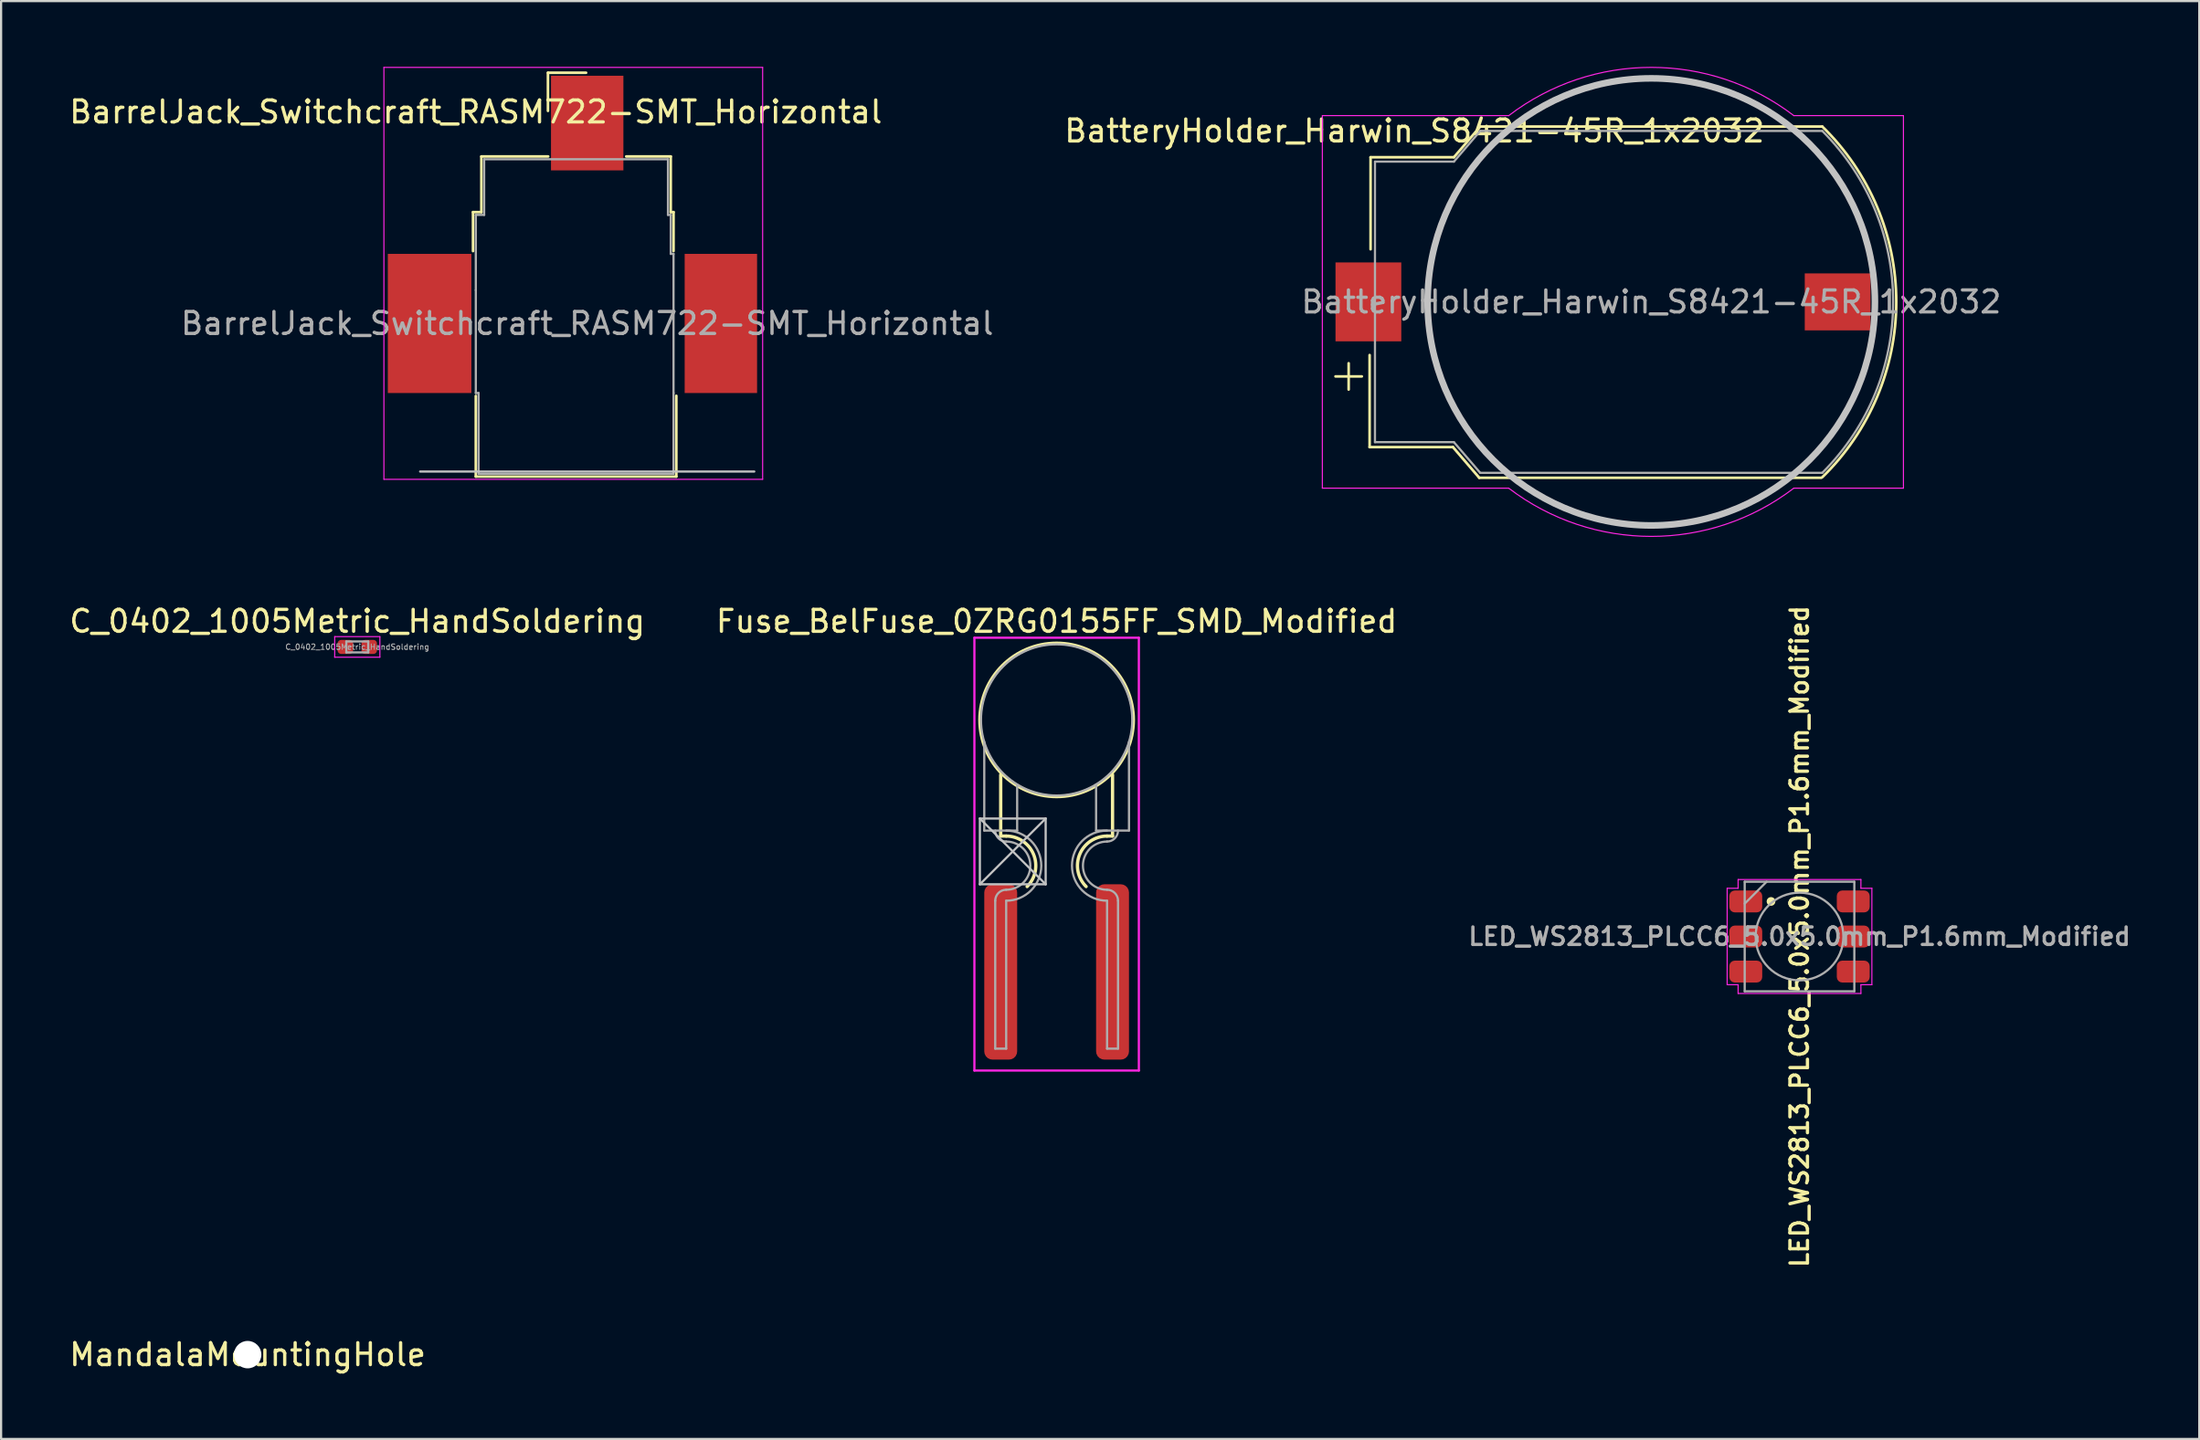
<source format=kicad_pcb>
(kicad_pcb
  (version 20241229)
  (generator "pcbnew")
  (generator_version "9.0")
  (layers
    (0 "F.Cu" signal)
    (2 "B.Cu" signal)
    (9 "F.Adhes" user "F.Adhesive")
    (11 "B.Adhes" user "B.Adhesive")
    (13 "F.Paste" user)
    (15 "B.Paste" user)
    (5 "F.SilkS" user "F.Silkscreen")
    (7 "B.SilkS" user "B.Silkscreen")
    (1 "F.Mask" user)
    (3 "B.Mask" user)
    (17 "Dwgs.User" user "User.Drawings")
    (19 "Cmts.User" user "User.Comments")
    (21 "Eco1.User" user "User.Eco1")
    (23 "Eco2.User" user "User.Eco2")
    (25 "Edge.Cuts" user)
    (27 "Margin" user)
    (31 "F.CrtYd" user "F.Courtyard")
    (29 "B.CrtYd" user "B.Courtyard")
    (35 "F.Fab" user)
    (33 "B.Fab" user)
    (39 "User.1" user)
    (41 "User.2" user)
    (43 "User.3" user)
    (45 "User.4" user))
  (footprint "C_0402_1005Metric_HandSoldering"
    (layer "F.Cu")
    (at 13.244 26.469)
    (property "Reference" "C_0402_1005Metric_HandSoldering" (at 0 -1.17 0) (layer "F.SilkS") (effects (font (size 1 1) (thickness 0.15))))
    (attr smd)
    (fp_line (start -1.03 -0.47) (end 1.03 -0.47) (stroke (width 0.05) (type solid)) (layer "F.CrtYd"))
    (fp_line (start -1.03 0.47) (end -1.03 -0.47) (stroke (width 0.05) (type solid)) (layer "F.CrtYd"))
    (fp_line (start 1.03 -0.47) (end 1.03 0.47) (stroke (width 0.05) (type solid)) (layer "F.CrtYd"))
    (fp_line (start 1.03 0.47) (end -1.03 0.47) (stroke (width 0.05) (type solid)) (layer "F.CrtYd"))
    (fp_line (start -0.5 -0.25) (end 0.5 -0.25) (stroke (width 0.1) (type solid)) (layer "F.Fab"))
    (fp_line (start -0.5 0.25) (end -0.5 -0.25) (stroke (width 0.1) (type solid)) (layer "F.Fab"))
    (fp_line (start 0.5 -0.25) (end 0.5 0.25) (stroke (width 0.1) (type solid)) (layer "F.Fab"))
    (fp_line (start 0.5 0.25) (end -0.5 0.25) (stroke (width 0.1) (type solid)) (layer "F.Fab"))
    (fp_text user "${REFERENCE}" (at 0 0 0) (layer "F.Fab") (effects (font (size 0.25 0.25) (thickness 0.04))))
    (pad "1" smd roundrect (at -0.544 0) (size 0.708 0.64) (layers "F.Cu" "F.Mask" "F.Paste") (roundrect_rratio 0.25))
    (pad "2" smd roundrect (at 0.544 0) (size 0.708 0.64) (layers "F.Cu" "F.Mask" "F.Paste") (roundrect_rratio 0.25)))
  (footprint "Fuse_BelFuse_0ZRG0155FF_SMD_Modified"
    (layer "F.Cu")
    (at 45.137 29.799)
    (property "Reference" "Fuse_BelFuse_0ZRG0155FF_SMD_Modified" (at 0 -4.5 0) (layer "F.SilkS") (effects (font (size 1 1) (thickness 0.15))))
    (attr smd)
    (fp_line (start -2.55 5.3) (end -2.55 2.5) (stroke (width 0.15) (type solid)) (layer "F.SilkS"))
    (fp_line (start -2.55 5.3) (end -2.3 5.3) (stroke (width 0.15) (type solid)) (layer "F.SilkS"))
    (fp_line (start 2.3 5.3) (end 2.55 5.3) (stroke (width 0.15) (type solid)) (layer "F.SilkS"))
    (fp_line (start 2.55 5.3) (end 2.55 2.5) (stroke (width 0.15) (type solid)) (layer "F.SilkS"))
    (fp_arc (start -2.3 5.3) (mid -1.052763 6.133377) (end -1.345406 7.604594) (stroke (width 0.15) (type solid)) (layer "F.SilkS"))
    (fp_arc (start 1.345406 7.604594) (mid 1.052763 6.133377) (end 2.3 5.3) (stroke (width 0.15) (type solid)) (layer "F.SilkS"))
    (fp_circle (center 0 0) (end 3.5 0) (stroke (width 0.15) (type solid)) (fill no) (layer "F.SilkS"))
    (fp_line (start -3.5 4.5) (end -3.5 7.5) (stroke (width 0.1) (type solid)) (layer "Dwgs.User"))
    (fp_line (start -3.5 4.5) (end -0.5 7.5) (stroke (width 0.1) (type solid)) (layer "Dwgs.User"))
    (fp_line (start -3.5 7.5) (end -0.5 7.5) (stroke (width 0.1) (type solid)) (layer "Dwgs.User"))
    (fp_line (start -0.5 4.5) (end -3.5 4.5) (stroke (width 0.1) (type solid)) (layer "Dwgs.User"))
    (fp_line (start -0.5 4.5) (end -3.5 7.5) (stroke (width 0.1) (type solid)) (layer "Dwgs.User"))
    (fp_line (start -0.5 7.5) (end -0.5 4.5) (stroke (width 0.1) (type solid)) (layer "Dwgs.User"))
    (fp_line (start -3.75 -3.75) (end -3.75 16) (stroke (width 0.1) (type solid)) (layer "F.CrtYd"))
    (fp_line (start -3.75 16) (end 3.75 16) (stroke (width 0.1) (type solid)) (layer "F.CrtYd"))
    (fp_line (start 3.75 -3.75) (end -3.75 -3.75) (stroke (width 0.1) (type solid)) (layer "F.CrtYd"))
    (fp_line (start 3.75 16) (end 3.75 -3.75) (stroke (width 0.1) (type solid)) (layer "F.CrtYd"))
    (fp_line (start -3.3 1) (end -3.3 5.05) (stroke (width 0.1) (type solid)) (layer "F.Fab"))
    (fp_line (start -3.3 5.05) (end -1.8 5.05) (stroke (width 0.1) (type solid)) (layer "F.Fab"))
    (fp_line (start -2.8 8.25) (end -2.8 15) (stroke (width 0.1) (type solid)) (layer "F.Fab"))
    (fp_line (start -2.8 15) (end -2.3 15) (stroke (width 0.1) (type solid)) (layer "F.Fab"))
    (fp_line (start -2.3 8.25) (end -2.3 15) (stroke (width 0.1) (type solid)) (layer "F.Fab"))
    (fp_line (start -1.8 2.95) (end -1.8 5.05) (stroke (width 0.1) (type solid)) (layer "F.Fab"))
    (fp_line (start 1.8 2.95) (end 1.8 5.05) (stroke (width 0.1) (type solid)) (layer "F.Fab"))
    (fp_line (start 1.8 5.05) (end 3.3 5.05) (stroke (width 0.1) (type solid)) (layer "F.Fab"))
    (fp_line (start 2.3 8.25) (end 2.3 15) (stroke (width 0.1) (type solid)) (layer "F.Fab"))
    (fp_line (start 2.3 15) (end 2.8 15) (stroke (width 0.1) (type solid)) (layer "F.Fab"))
    (fp_line (start 2.8 8.25) (end 2.8 15) (stroke (width 0.1) (type solid)) (layer "F.Fab"))
    (fp_line (start 3.3 1) (end 3.3 5.05) (stroke (width 0.1) (type solid)) (layer "F.Fab"))
    (fp_arc (start -2.8 8.25) (mid -2.653553 7.896447) (end -2.3 7.75) (stroke (width 0.1) (type solid)) (layer "F.Fab"))
    (fp_arc (start -2.3 5.05) (mid -0.7 6.65) (end -2.3 8.25) (stroke (width 0.1) (type solid)) (layer "F.Fab"))
    (fp_arc (start -2.3 5.55) (mid -2.653553 5.403553) (end -2.8 5.05) (stroke (width 0.1) (type solid)) (layer "F.Fab"))
    (fp_arc (start -2.3 5.55) (mid -1.2 6.65) (end -2.3 7.75) (stroke (width 0.1) (type solid)) (layer "F.Fab"))
    (fp_arc (start 2.3 7.75) (mid 1.2 6.65) (end 2.3 5.55) (stroke (width 0.1) (type solid)) (layer "F.Fab"))
    (fp_arc (start 2.3 7.75) (mid 2.653553 7.896447) (end 2.8 8.25) (stroke (width 0.1) (type solid)) (layer "F.Fab"))
    (fp_arc (start 2.3 8.25) (mid 0.7 6.65) (end 2.3 5.05) (stroke (width 0.1) (type solid)) (layer "F.Fab"))
    (fp_arc (start 2.8 5.05) (mid 2.653553 5.403553) (end 2.3 5.55) (stroke (width 0.1) (type solid)) (layer "F.Fab"))
    (fp_circle (center 0 0) (end 3.45 0) (stroke (width 0.1) (type solid)) (fill no) (layer "F.Fab"))
    (pad "1" smd roundrect (at -2.55 11.5) (size 1.5 8) (layers "F.Cu" "F.Mask" "F.Paste") (roundrect_rratio 0.25))
    (pad "2" smd roundrect (at 2.55 11.5) (size 1.5 8) (layers "F.Cu" "F.Mask" "F.Paste") (roundrect_rratio 0.25)))
  (footprint "MandalaMountingHole"
    (layer "F.Cu")
    (at 8.244 58.761)
    (property "Reference" "MandalaMountingHole" (at 0 0 0) (layer "F.SilkS") (effects (font (size 1 1) (thickness 0.15))))
    (attr through_hole)
    (pad "" np_thru_hole circle (at 0 0) (size 1.25 1.25) (drill 1.25) (layers "*.Cu" "*.Mask")))
  (footprint "BarrelJack_Switchcraft_RASM722-SMT_Horizontal"
    (layer "F.Cu")
    (at 23.729 11.709)
    (property "Reference" "BarrelJack_Switchcraft_RASM722-SMT_Horizontal" (at -5.08 -9.652 0) (layer "F.SilkS") (effects (font (size 1 1) (thickness 0.15))))
    (attr smd)
    (fp_line (start -5.207 -5.08) (end -5.207 -3.302) (stroke (width 0.12) (type solid)) (layer "F.SilkS"))
    (fp_line (start -5.08 6.985) (end -5.08 3.308) (stroke (width 0.12) (type solid)) (layer "F.SilkS"))
    (fp_line (start -4.826 -7.62) (end -1.778 -7.62) (stroke (width 0.12) (type solid)) (layer "F.SilkS"))
    (fp_line (start -4.826 -5.08) (end -5.207 -5.08) (stroke (width 0.12) (type solid)) (layer "F.SilkS"))
    (fp_line (start -4.826 -5.08) (end -4.826 -7.62) (stroke (width 0.12) (type solid)) (layer "F.SilkS"))
    (fp_line (start -1.79 -11.44) (end -0.05 -11.44) (stroke (width 0.12) (type solid)) (layer "F.SilkS"))
    (fp_line (start -1.79 -9.7) (end -1.79 -11.44) (stroke (width 0.12) (type solid)) (layer "F.SilkS"))
    (fp_line (start 3.81 -7.62) (end 1.778 -7.62) (stroke (width 0.12) (type solid)) (layer "F.SilkS"))
    (fp_line (start 3.81 -5.08) (end 3.81 -7.62) (stroke (width 0.12) (type solid)) (layer "F.SilkS"))
    (fp_line (start 3.81 -5.08) (end 3.937 -5.08) (stroke (width 0.12) (type solid)) (layer "F.SilkS"))
    (fp_line (start 3.937 -5.08) (end 3.937 -3.302) (stroke (width 0.12) (type solid)) (layer "F.SilkS"))
    (fp_line (start 4.064 3.302) (end 4.064 6.985) (stroke (width 0.12) (type solid)) (layer "F.SilkS"))
    (fp_line (start 4.064 6.985) (end -5.08 6.985) (stroke (width 0.12) (type solid)) (layer "F.SilkS"))
    (fp_line (start -7.62 6.756) (end 7.62 6.756) (stroke (width 0.1) (type solid)) (layer "Dwgs.User"))
    (fp_line (start -9.271 -11.684) (end 8.001 -11.684) (stroke (width 0.05) (type solid)) (layer "F.CrtYd"))
    (fp_line (start -9.271 7.112) (end -9.271 -11.684) (stroke (width 0.05) (type solid)) (layer "F.CrtYd"))
    (fp_line (start -9.271 7.112) (end 8.001 7.112) (stroke (width 0.05) (type solid)) (layer "F.CrtYd"))
    (fp_line (start 8.001 -11.684) (end 8.001 7.112) (stroke (width 0.05) (type solid)) (layer "F.CrtYd"))
    (fp_line (start -5.08 -4.953) (end -5.08 -1.524) (stroke (width 0.1) (type solid)) (layer "F.Fab"))
    (fp_line (start -5.08 -1.524) (end -5.08 3.175) (stroke (width 0.1) (type solid)) (layer "F.Fab"))
    (fp_line (start -5.08 3.175) (end -4.953 3.175) (stroke (width 0.1) (type solid)) (layer "F.Fab"))
    (fp_line (start -4.953 3.175) (end -4.953 6.858) (stroke (width 0.1) (type solid)) (layer "F.Fab"))
    (fp_line (start -4.953 6.858) (end 3.937 6.858) (stroke (width 0.1) (type solid)) (layer "F.Fab"))
    (fp_line (start -4.699 -7.493) (end -4.699 -4.953) (stroke (width 0.1) (type solid)) (layer "F.Fab"))
    (fp_line (start -4.699 -4.953) (end -5.08 -4.953) (stroke (width 0.1) (type solid)) (layer "F.Fab"))
    (fp_line (start 3.683 -7.493) (end -4.699 -7.493) (stroke (width 0.1) (type solid)) (layer "F.Fab"))
    (fp_line (start 3.683 -4.953) (end 3.683 -7.493) (stroke (width 0.1) (type solid)) (layer "F.Fab"))
    (fp_line (start 3.81 -4.953) (end 3.683 -4.953) (stroke (width 0.1) (type solid)) (layer "F.Fab"))
    (fp_line (start 3.81 -3.175) (end 3.81 -4.953) (stroke (width 0.1) (type solid)) (layer "F.Fab"))
    (fp_line (start 3.937 -3.175) (end 3.81 -3.175) (stroke (width 0.1) (type solid)) (layer "F.Fab"))
    (fp_line (start 3.937 3.175) (end 3.937 -3.175) (stroke (width 0.1) (type solid)) (layer "F.Fab"))
    (fp_line (start 3.937 6.858) (end 3.937 3.175) (stroke (width 0.1) (type solid)) (layer "F.Fab"))
    (fp_text user "${REFERENCE}" (at 0 0 0) (layer "F.Fab") (effects (font (size 1 1) (thickness 0.15))))
    (pad "1" smd rect (at 0 -9.144) (size 3.302 4.318) (layers "F.Cu" "F.Mask" "F.Paste"))
    (pad "2" smd rect (at -7.188 0) (size 3.81 6.35) (layers "F.Cu" "F.Mask" "F.Paste"))
    (pad "3" smd rect (at 6.096 0) (size 3.302 6.35) (layers "F.Cu" "F.Mask" "F.Paste")))
  (footprint "BatteryHolder_Harwin_S8421-45R_1x2032"
    (layer "F.Cu")
    (at 72.255 10.725)
    (property "Reference" "BatteryHolder_Harwin_S8421-45R_1x2032" (at -10.8 -7.8 0) (layer "F.SilkS") (effects (font (size 1 1) (thickness 0.15))))
    (attr smd)
    (fp_line (start -14.4 3.4) (end -13.2 3.4) (stroke (width 0.12) (type solid)) (layer "F.SilkS"))
    (fp_line (start -13.8 2.8) (end -13.8 4) (stroke (width 0.12) (type solid)) (layer "F.SilkS"))
    (fp_line (start -12.844 6.626) (end -12.844 2.426) (stroke (width 0.12) (type solid)) (layer "F.SilkS"))
    (fp_line (start -12.844 6.626) (end -9.044 6.626) (stroke (width 0.12) (type solid)) (layer "F.SilkS"))
    (fp_line (start -12.8 -6.6) (end -12.8 -2.4) (stroke (width 0.12) (type solid)) (layer "F.SilkS"))
    (fp_line (start -12.8 -6.6) (end -9 -6.6) (stroke (width 0.12) (type solid)) (layer "F.SilkS"))
    (fp_line (start -9.044 6.626) (end -7.844 8.026) (stroke (width 0.12) (type solid)) (layer "F.SilkS"))
    (fp_line (start -9 -6.6) (end -7.8 -8) (stroke (width 0.12) (type solid)) (layer "F.SilkS"))
    (fp_line (start -7.844 8.026) (end 7.756 8.026) (stroke (width 0.12) (type solid)) (layer "F.SilkS"))
    (fp_line (start -7.8 -8) (end 7.8 -8) (stroke (width 0.12) (type solid)) (layer "F.SilkS"))
    (fp_arc (start 7.799999 -7.999999) (mid 11.173181 0) (end 7.799999 7.999999) (stroke (width 0.12) (type solid)) (layer "F.SilkS"))
    (fp_circle (center 0 0) (end -10.2 0) (stroke (width 0.3) (type solid)) (fill no) (layer "Dwgs.User"))
    (fp_line (start -15 -8.5) (end -15 8.5) (stroke (width 0.05) (type solid)) (layer "F.CrtYd"))
    (fp_line (start -15 -8.5) (end -6.5 -8.5) (stroke (width 0.05) (type solid)) (layer "F.CrtYd"))
    (fp_line (start -6.5 8.5) (end -15 8.5) (stroke (width 0.05) (type solid)) (layer "F.CrtYd"))
    (fp_line (start 11.5 -8.5) (end 6.5 -8.5) (stroke (width 0.05) (type solid)) (layer "F.CrtYd"))
    (fp_line (start 11.5 -8.5) (end 11.5 8.5) (stroke (width 0.05) (type solid)) (layer "F.CrtYd"))
    (fp_line (start 11.5 8.5) (end 6.5 8.5) (stroke (width 0.05) (type solid)) (layer "F.CrtYd"))
    (fp_arc (start -6.499999 -8.5) (mid 0 -10.700467) (end 6.5 -8.5) (stroke (width 0.05) (type solid)) (layer "F.CrtYd"))
    (fp_arc (start 6.499999 8.5) (mid 0 10.700467) (end -6.5 8.5) (stroke (width 0.05) (type solid)) (layer "F.CrtYd"))
    (fp_line (start -12.6 -6.4) (end -12.6 6.4) (stroke (width 0.1) (type solid)) (layer "F.Fab"))
    (fp_line (start -12.6 6.4) (end -9 6.4) (stroke (width 0.1) (type solid)) (layer "F.Fab"))
    (fp_line (start -9 -6.4) (end -12.6 -6.4) (stroke (width 0.1) (type solid)) (layer "F.Fab"))
    (fp_line (start -9 6.4) (end -7.8 7.8) (stroke (width 0.1) (type solid)) (layer "F.Fab"))
    (fp_line (start -7.8 -7.8) (end -9 -6.4) (stroke (width 0.1) (type solid)) (layer "F.Fab"))
    (fp_line (start -7.8 -7.8) (end 7.8 -7.8) (stroke (width 0.1) (type solid)) (layer "F.Fab"))
    (fp_line (start -7.8 7.8) (end 7.8 7.8) (stroke (width 0.1) (type solid)) (layer "F.Fab"))
    (fp_arc (start 7.799999 -7.799999) (mid 11.030864 0) (end 7.799999 7.799999) (stroke (width 0.1) (type solid)) (layer "F.Fab"))
    (fp_text user "${REFERENCE}" (at 0 0 0) (layer "F.Fab") (effects (font (size 1 1) (thickness 0.15))))
    (pad "1" smd rect (at -12.9 0 180) (size 3 3.6) (layers "F.Cu" "F.Mask" "F.Paste"))
    (pad "2" smd rect (at 8.5 0 180) (size 3 2.6) (layers "F.Cu" "F.Mask" "F.Paste")))
  (footprint "LED_WS2813_PLCC6_5.0x5.0mm_P1.6mm_Modified"
    (layer "F.Cu")
    (at 79.016 39.682)
    (property "Reference" "LED_WS2813_PLCC6_5.0x5.0mm_P1.6mm_Modified" (at 0 0 90) (layer "F.SilkS") (effects (font (size 0.8 0.8) (thickness 0.15))))
    (attr smd)
    (fp_circle (center -1.3 -1.6) (end -1.2 -1.6) (stroke (width 0.2) (type solid)) (fill no) (layer "F.SilkS"))
    (fp_line (start -3.3 -2.2) (end -3.3 2.2) (stroke (width 0.05) (type solid)) (layer "F.CrtYd"))
    (fp_line (start -2.8 -2.6) (end -2.8 -2.2) (stroke (width 0.05) (type solid)) (layer "F.CrtYd"))
    (fp_line (start -2.8 -2.2) (end -3.3 -2.2) (stroke (width 0.05) (type solid)) (layer "F.CrtYd"))
    (fp_line (start -2.8 2.2) (end -3.3 2.2) (stroke (width 0.05) (type solid)) (layer "F.CrtYd"))
    (fp_line (start -2.8 2.6) (end -2.8 2.2) (stroke (width 0.05) (type solid)) (layer "F.CrtYd"))
    (fp_line (start -2.8 2.6) (end 2.8 2.6) (stroke (width 0.05) (type solid)) (layer "F.CrtYd"))
    (fp_line (start 2.8 -2.6) (end -2.8 -2.6) (stroke (width 0.05) (type solid)) (layer "F.CrtYd"))
    (fp_line (start 2.8 -2.6) (end 2.8 -2.2) (stroke (width 0.05) (type solid)) (layer "F.CrtYd"))
    (fp_line (start 2.8 -2.2) (end 3.3 -2.2) (stroke (width 0.05) (type solid)) (layer "F.CrtYd"))
    (fp_line (start 2.8 2.2) (end 2.8 2.6) (stroke (width 0.05) (type solid)) (layer "F.CrtYd"))
    (fp_line (start 3.3 2.2) (end 2.8 2.2) (stroke (width 0.05) (type solid)) (layer "F.CrtYd"))
    (fp_line (start 3.3 2.2) (end 3.3 -2.2) (stroke (width 0.05) (type solid)) (layer "F.CrtYd"))
    (fp_line (start -2.5 -2.5) (end 2.5 -2.5) (stroke (width 0.1) (type solid)) (layer "F.Fab"))
    (fp_line (start -2.5 -1.5) (end -1.5 -2.5) (stroke (width 0.1) (type solid)) (layer "F.Fab"))
    (fp_line (start -2.5 2.5) (end -2.5 -2.5) (stroke (width 0.1) (type solid)) (layer "F.Fab"))
    (fp_line (start 2.5 -2.5) (end 2.5 2.5) (stroke (width 0.1) (type solid)) (layer "F.Fab"))
    (fp_line (start 2.5 2.5) (end -2.5 2.5) (stroke (width 0.1) (type solid)) (layer "F.Fab"))
    (fp_circle (center 0 0) (end 0 -2) (stroke (width 0.1) (type solid)) (fill no) (layer "F.Fab"))
    (fp_text user "${REFERENCE}" (at 0 0 0) (layer "F.Fab") (effects (font (size 0.8 0.8) (thickness 0.15))))
    (pad "1" smd roundrect (at -2.45 -1.6) (size 1.5 1) (layers "F.Cu" "F.Mask" "F.Paste") (roundrect_rratio 0.25))
    (pad "2" smd roundrect (at -2.45 0) (size 1.5 1) (layers "F.Cu" "F.Mask" "F.Paste") (roundrect_rratio 0.25))
    (pad "3" smd roundrect (at -2.45 1.6) (size 1.5 1) (layers "F.Cu" "F.Mask" "F.Paste") (roundrect_rratio 0.25))
    (pad "4" smd roundrect (at 2.45 1.6) (size 1.5 1) (layers "F.Cu" "F.Mask" "F.Paste") (roundrect_rratio 0.25))
    (pad "5" smd roundrect (at 2.45 0) (size 1.5 1) (layers "F.Cu" "F.Mask" "F.Paste") (roundrect_rratio 0.25))
    (pad "6" smd roundrect (at 2.45 -1.6) (size 1.5 1) (layers "F.Cu" "F.Mask" "F.Paste") (roundrect_rratio 0.25)))
  (gr_rect
    (start -3 -3)
    (end 97.247 62.609)
    (stroke (width 0.1) (type default))
    (fill no)
    (layer "Edge.Cuts")))
</source>
